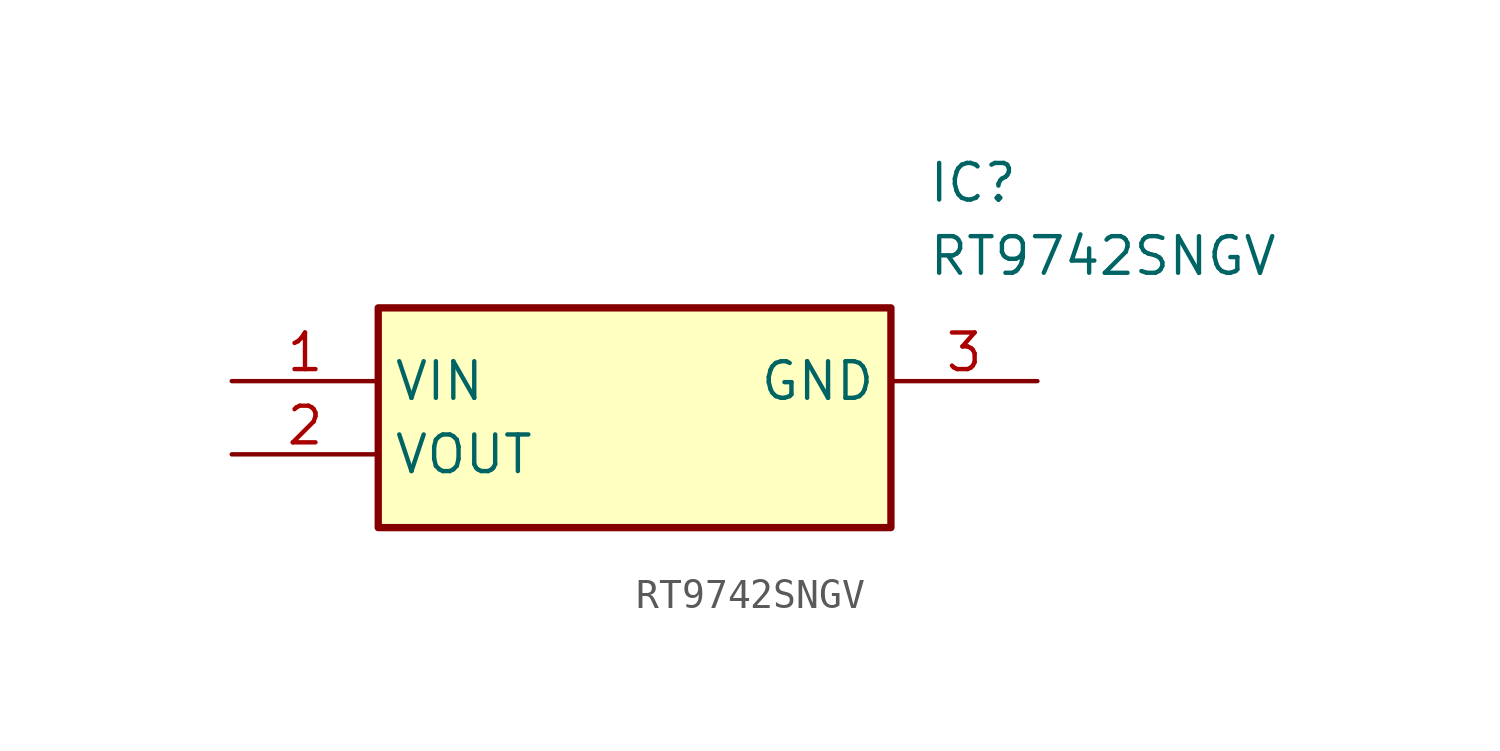
<source format=kicad_sym>
(kicad_symbol_lib
  (version 20211014)
  (generator SamacSys_ECAD_Model)
  (symbol "RT9742SNGV"
    (property "Reference" "IC"
      (at 24.13 7.62 0)
      (effects (font (size 1.27 1.27)) (justify left top)))
    (property "Value" "RT9742SNGV"
      (at 24.13 5.08 0)
      (effects (font (size 1.27 1.27)) (justify left top)))
    (rectangle
      (start 5.08 2.54)
      (end 22.86 -5.08)
      (stroke (width 0.254) (type default))
      (fill (type background)))
    (pin passive line
      (at 0 0 0)
      (length 5.08)
      (name "VIN" (effects (font (size 1.27 1.27))))
      (number "1" (effects (font (size 1.27 1.27)))))
    (pin passive line
      (at 0 -2.54 0)
      (length 5.08)
      (name "VOUT" (effects (font (size 1.27 1.27))))
      (number "2" (effects (font (size 1.27 1.27)))))
    (pin passive line
      (at 27.94 0 180)
      (length 5.08)
      (name "GND" (effects (font (size 1.27 1.27))))
      (number "3" (effects (font (size 1.27 1.27)))))))
</source>
